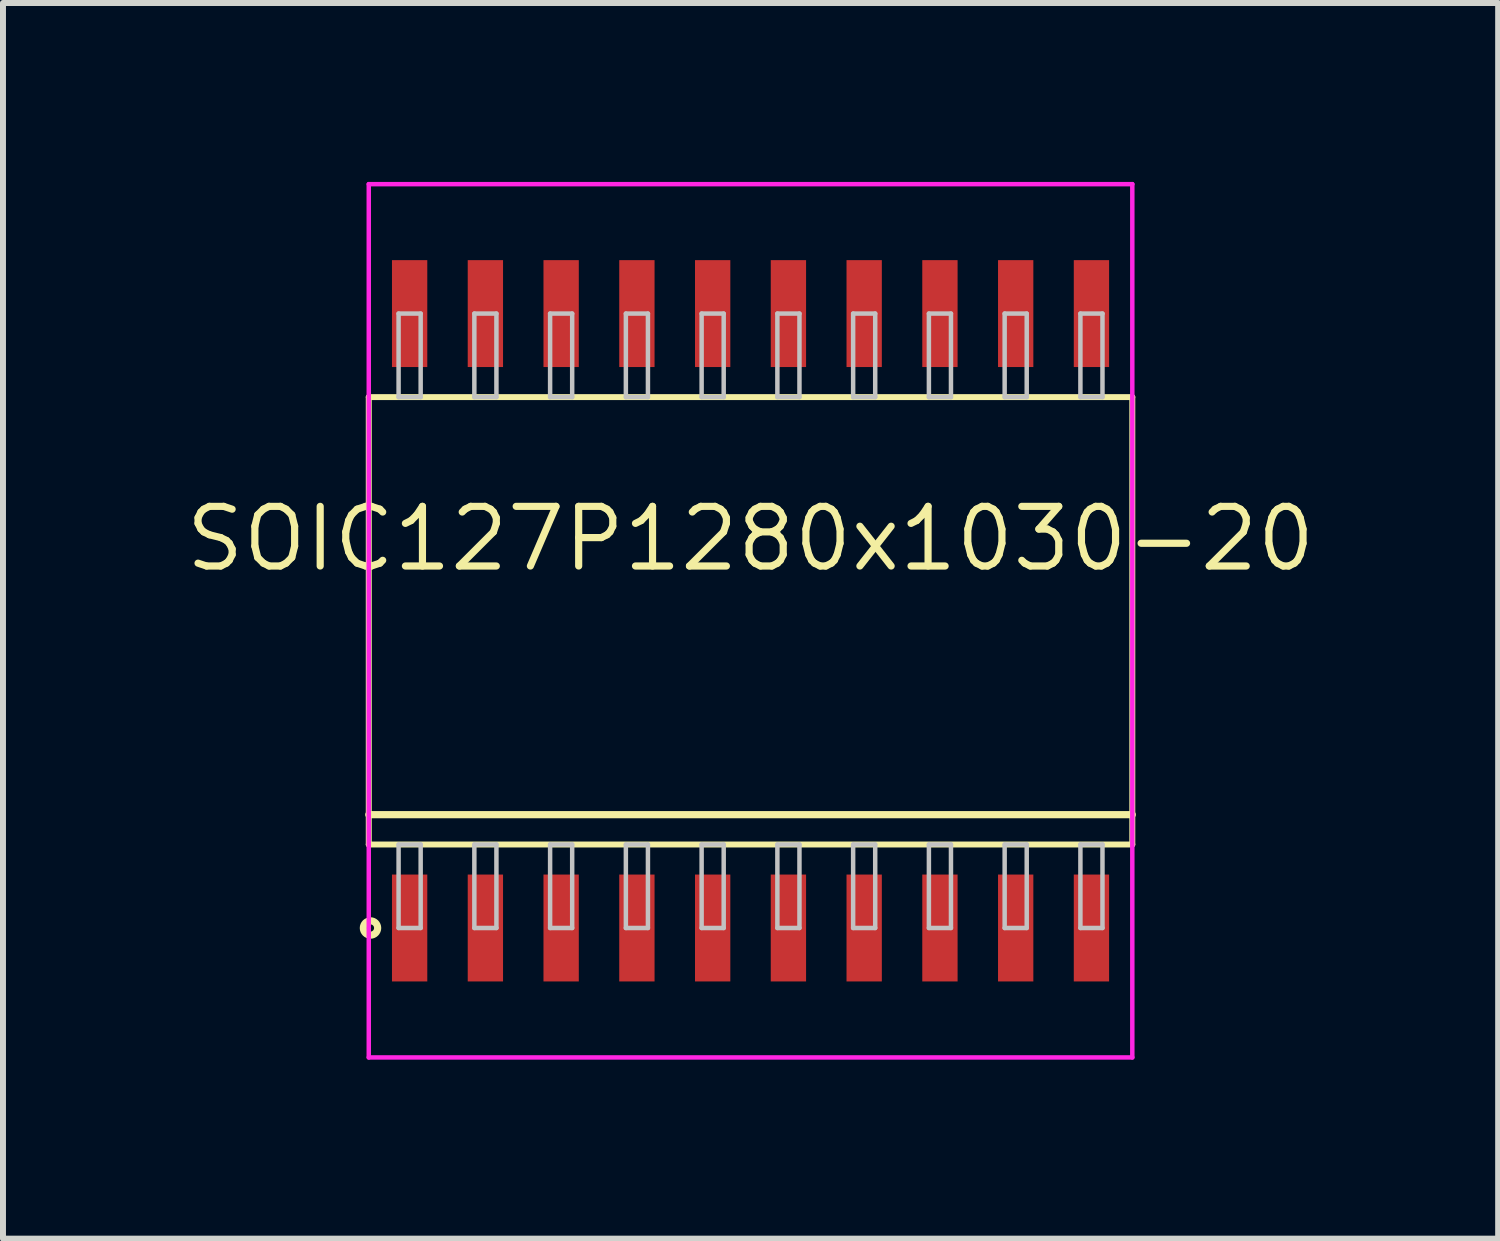
<source format=kicad_pcb>
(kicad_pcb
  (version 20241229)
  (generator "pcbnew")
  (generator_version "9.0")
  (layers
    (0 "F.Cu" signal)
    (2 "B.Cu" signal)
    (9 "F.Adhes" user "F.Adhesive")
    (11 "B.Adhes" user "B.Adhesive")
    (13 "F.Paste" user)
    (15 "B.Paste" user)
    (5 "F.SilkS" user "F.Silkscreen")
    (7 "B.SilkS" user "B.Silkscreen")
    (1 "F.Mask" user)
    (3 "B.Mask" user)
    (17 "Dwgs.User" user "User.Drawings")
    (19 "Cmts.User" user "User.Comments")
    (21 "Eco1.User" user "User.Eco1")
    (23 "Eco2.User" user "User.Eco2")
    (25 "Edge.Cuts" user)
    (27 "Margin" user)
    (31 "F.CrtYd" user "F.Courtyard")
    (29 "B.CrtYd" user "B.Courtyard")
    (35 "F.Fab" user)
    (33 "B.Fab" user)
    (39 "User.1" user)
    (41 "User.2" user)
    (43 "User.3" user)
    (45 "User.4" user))
  (footprint "SOIC127P1280x1030-20"
    (layer "F.Cu")
    (at 9.532 7.357)
    (property "Reference" "SOIC127P1280x1030-20" (at 0 -1.375 0) (layer "F.SilkS") (effects (font (size 1 1) (thickness 0.12))))
    (attr through_hole)
    (fp_line (start -6.4 -3.75) (end -6.4 3.75) (stroke (width 0.1) (type solid)) (layer "F.SilkS"))
    (fp_line (start -6.4 3.25) (end 6.4 3.25) (stroke (width 0.12) (type solid)) (layer "F.SilkS"))
    (fp_line (start -6.4 3.75) (end 6.4 3.75) (stroke (width 0.1) (type solid)) (layer "F.SilkS"))
    (fp_line (start 6.4 -3.75) (end -6.4 -3.75) (stroke (width 0.1) (type solid)) (layer "F.SilkS"))
    (fp_line (start 6.4 3.75) (end 6.4 -3.75) (stroke (width 0.1) (type solid)) (layer "F.SilkS"))
    (fp_circle (center -6.371 5.15) (end -6.251 5.15) (stroke (width 0.12) (type solid)) (fill no) (layer "F.SilkS"))
    (fp_line (start -5.9 -5.15) (end -5.9 -3.75) (stroke (width 0.075) (type solid)) (layer "Dwgs.User"))
    (fp_line (start -5.9 -3.75) (end -5.53 -3.75) (stroke (width 0.075) (type solid)) (layer "Dwgs.User"))
    (fp_line (start -5.9 3.75) (end -5.53 3.75) (stroke (width 0.075) (type solid)) (layer "Dwgs.User"))
    (fp_line (start -5.9 5.15) (end -5.9 3.75) (stroke (width 0.075) (type solid)) (layer "Dwgs.User"))
    (fp_line (start -5.53 -5.15) (end -5.9 -5.15) (stroke (width 0.075) (type solid)) (layer "Dwgs.User"))
    (fp_line (start -5.53 -3.75) (end -5.53 -5.15) (stroke (width 0.075) (type solid)) (layer "Dwgs.User"))
    (fp_line (start -5.53 3.75) (end -5.53 5.15) (stroke (width 0.075) (type solid)) (layer "Dwgs.User"))
    (fp_line (start -5.53 5.15) (end -5.9 5.15) (stroke (width 0.075) (type solid)) (layer "Dwgs.User"))
    (fp_line (start -4.63 -5.15) (end -4.63 -3.75) (stroke (width 0.075) (type solid)) (layer "Dwgs.User"))
    (fp_line (start -4.63 -3.75) (end -4.26 -3.75) (stroke (width 0.075) (type solid)) (layer "Dwgs.User"))
    (fp_line (start -4.63 3.75) (end -4.26 3.75) (stroke (width 0.075) (type solid)) (layer "Dwgs.User"))
    (fp_line (start -4.63 5.15) (end -4.63 3.75) (stroke (width 0.075) (type solid)) (layer "Dwgs.User"))
    (fp_line (start -4.26 -5.15) (end -4.63 -5.15) (stroke (width 0.075) (type solid)) (layer "Dwgs.User"))
    (fp_line (start -4.26 -3.75) (end -4.26 -5.15) (stroke (width 0.075) (type solid)) (layer "Dwgs.User"))
    (fp_line (start -4.26 3.75) (end -4.26 5.15) (stroke (width 0.075) (type solid)) (layer "Dwgs.User"))
    (fp_line (start -4.26 5.15) (end -4.63 5.15) (stroke (width 0.075) (type solid)) (layer "Dwgs.User"))
    (fp_line (start -3.36 -5.15) (end -3.36 -3.75) (stroke (width 0.075) (type solid)) (layer "Dwgs.User"))
    (fp_line (start -3.36 -3.75) (end -2.99 -3.75) (stroke (width 0.075) (type solid)) (layer "Dwgs.User"))
    (fp_line (start -3.36 3.75) (end -2.99 3.75) (stroke (width 0.075) (type solid)) (layer "Dwgs.User"))
    (fp_line (start -3.36 5.15) (end -3.36 3.75) (stroke (width 0.075) (type solid)) (layer "Dwgs.User"))
    (fp_line (start -2.99 -5.15) (end -3.36 -5.15) (stroke (width 0.075) (type solid)) (layer "Dwgs.User"))
    (fp_line (start -2.99 -3.75) (end -2.99 -5.15) (stroke (width 0.075) (type solid)) (layer "Dwgs.User"))
    (fp_line (start -2.99 3.75) (end -2.99 5.15) (stroke (width 0.075) (type solid)) (layer "Dwgs.User"))
    (fp_line (start -2.99 5.15) (end -3.36 5.15) (stroke (width 0.075) (type solid)) (layer "Dwgs.User"))
    (fp_line (start -2.09 -5.15) (end -2.09 -3.75) (stroke (width 0.075) (type solid)) (layer "Dwgs.User"))
    (fp_line (start -2.09 -3.75) (end -1.72 -3.75) (stroke (width 0.075) (type solid)) (layer "Dwgs.User"))
    (fp_line (start -2.09 3.75) (end -1.72 3.75) (stroke (width 0.075) (type solid)) (layer "Dwgs.User"))
    (fp_line (start -2.09 5.15) (end -2.09 3.75) (stroke (width 0.075) (type solid)) (layer "Dwgs.User"))
    (fp_line (start -1.72 -5.15) (end -2.09 -5.15) (stroke (width 0.075) (type solid)) (layer "Dwgs.User"))
    (fp_line (start -1.72 -3.75) (end -1.72 -5.15) (stroke (width 0.075) (type solid)) (layer "Dwgs.User"))
    (fp_line (start -1.72 3.75) (end -1.72 5.15) (stroke (width 0.075) (type solid)) (layer "Dwgs.User"))
    (fp_line (start -1.72 5.15) (end -2.09 5.15) (stroke (width 0.075) (type solid)) (layer "Dwgs.User"))
    (fp_line (start -0.82 -5.15) (end -0.82 -3.75) (stroke (width 0.075) (type solid)) (layer "Dwgs.User"))
    (fp_line (start -0.82 -3.75) (end -0.45 -3.75) (stroke (width 0.075) (type solid)) (layer "Dwgs.User"))
    (fp_line (start -0.82 3.75) (end -0.45 3.75) (stroke (width 0.075) (type solid)) (layer "Dwgs.User"))
    (fp_line (start -0.82 5.15) (end -0.82 3.75) (stroke (width 0.075) (type solid)) (layer "Dwgs.User"))
    (fp_line (start -0.45 -5.15) (end -0.82 -5.15) (stroke (width 0.075) (type solid)) (layer "Dwgs.User"))
    (fp_line (start -0.45 -3.75) (end -0.45 -5.15) (stroke (width 0.075) (type solid)) (layer "Dwgs.User"))
    (fp_line (start -0.45 3.75) (end -0.45 5.15) (stroke (width 0.075) (type solid)) (layer "Dwgs.User"))
    (fp_line (start -0.45 5.15) (end -0.82 5.15) (stroke (width 0.075) (type solid)) (layer "Dwgs.User"))
    (fp_line (start 0.45 -5.15) (end 0.45 -3.75) (stroke (width 0.075) (type solid)) (layer "Dwgs.User"))
    (fp_line (start 0.45 -3.75) (end 0.82 -3.75) (stroke (width 0.075) (type solid)) (layer "Dwgs.User"))
    (fp_line (start 0.45 3.75) (end 0.82 3.75) (stroke (width 0.075) (type solid)) (layer "Dwgs.User"))
    (fp_line (start 0.45 5.15) (end 0.45 3.75) (stroke (width 0.075) (type solid)) (layer "Dwgs.User"))
    (fp_line (start 0.82 -5.15) (end 0.45 -5.15) (stroke (width 0.075) (type solid)) (layer "Dwgs.User"))
    (fp_line (start 0.82 -3.75) (end 0.82 -5.15) (stroke (width 0.075) (type solid)) (layer "Dwgs.User"))
    (fp_line (start 0.82 3.75) (end 0.82 5.15) (stroke (width 0.075) (type solid)) (layer "Dwgs.User"))
    (fp_line (start 0.82 5.15) (end 0.45 5.15) (stroke (width 0.075) (type solid)) (layer "Dwgs.User"))
    (fp_line (start 1.72 -5.15) (end 1.72 -3.75) (stroke (width 0.075) (type solid)) (layer "Dwgs.User"))
    (fp_line (start 1.72 -3.75) (end 2.09 -3.75) (stroke (width 0.075) (type solid)) (layer "Dwgs.User"))
    (fp_line (start 1.72 3.75) (end 2.09 3.75) (stroke (width 0.075) (type solid)) (layer "Dwgs.User"))
    (fp_line (start 1.72 5.15) (end 1.72 3.75) (stroke (width 0.075) (type solid)) (layer "Dwgs.User"))
    (fp_line (start 2.09 -5.15) (end 1.72 -5.15) (stroke (width 0.075) (type solid)) (layer "Dwgs.User"))
    (fp_line (start 2.09 -3.75) (end 2.09 -5.15) (stroke (width 0.075) (type solid)) (layer "Dwgs.User"))
    (fp_line (start 2.09 3.75) (end 2.09 5.15) (stroke (width 0.075) (type solid)) (layer "Dwgs.User"))
    (fp_line (start 2.09 5.15) (end 1.72 5.15) (stroke (width 0.075) (type solid)) (layer "Dwgs.User"))
    (fp_line (start 2.99 -5.15) (end 2.99 -3.75) (stroke (width 0.075) (type solid)) (layer "Dwgs.User"))
    (fp_line (start 2.99 -3.75) (end 3.36 -3.75) (stroke (width 0.075) (type solid)) (layer "Dwgs.User"))
    (fp_line (start 2.99 3.75) (end 3.36 3.75) (stroke (width 0.075) (type solid)) (layer "Dwgs.User"))
    (fp_line (start 2.99 5.15) (end 2.99 3.75) (stroke (width 0.075) (type solid)) (layer "Dwgs.User"))
    (fp_line (start 3.36 -5.15) (end 2.99 -5.15) (stroke (width 0.075) (type solid)) (layer "Dwgs.User"))
    (fp_line (start 3.36 -3.75) (end 3.36 -5.15) (stroke (width 0.075) (type solid)) (layer "Dwgs.User"))
    (fp_line (start 3.36 3.75) (end 3.36 5.15) (stroke (width 0.075) (type solid)) (layer "Dwgs.User"))
    (fp_line (start 3.36 5.15) (end 2.99 5.15) (stroke (width 0.075) (type solid)) (layer "Dwgs.User"))
    (fp_line (start 4.26 -5.15) (end 4.26 -3.75) (stroke (width 0.075) (type solid)) (layer "Dwgs.User"))
    (fp_line (start 4.26 -3.75) (end 4.63 -3.75) (stroke (width 0.075) (type solid)) (layer "Dwgs.User"))
    (fp_line (start 4.26 3.75) (end 4.63 3.75) (stroke (width 0.075) (type solid)) (layer "Dwgs.User"))
    (fp_line (start 4.26 5.15) (end 4.26 3.75) (stroke (width 0.075) (type solid)) (layer "Dwgs.User"))
    (fp_line (start 4.63 -5.15) (end 4.26 -5.15) (stroke (width 0.075) (type solid)) (layer "Dwgs.User"))
    (fp_line (start 4.63 -3.75) (end 4.63 -5.15) (stroke (width 0.075) (type solid)) (layer "Dwgs.User"))
    (fp_line (start 4.63 3.75) (end 4.63 5.15) (stroke (width 0.075) (type solid)) (layer "Dwgs.User"))
    (fp_line (start 4.63 5.15) (end 4.26 5.15) (stroke (width 0.075) (type solid)) (layer "Dwgs.User"))
    (fp_line (start 5.53 -5.15) (end 5.53 -3.75) (stroke (width 0.075) (type solid)) (layer "Dwgs.User"))
    (fp_line (start 5.53 -3.75) (end 5.9 -3.75) (stroke (width 0.075) (type solid)) (layer "Dwgs.User"))
    (fp_line (start 5.53 3.75) (end 5.9 3.75) (stroke (width 0.075) (type solid)) (layer "Dwgs.User"))
    (fp_line (start 5.53 5.15) (end 5.53 3.75) (stroke (width 0.075) (type solid)) (layer "Dwgs.User"))
    (fp_line (start 5.9 -5.15) (end 5.53 -5.15) (stroke (width 0.075) (type solid)) (layer "Dwgs.User"))
    (fp_line (start 5.9 -3.75) (end 5.9 -5.15) (stroke (width 0.075) (type solid)) (layer "Dwgs.User"))
    (fp_line (start 5.9 3.75) (end 5.9 5.15) (stroke (width 0.075) (type solid)) (layer "Dwgs.User"))
    (fp_line (start 5.9 5.15) (end 5.53 5.15) (stroke (width 0.075) (type solid)) (layer "Dwgs.User"))
    (fp_line (start -0.75 0) (end 0.75 0) (stroke (width 0.12) (type solid)) (layer "Eco1.User"))
    (fp_line (start 0 -0.75) (end 0 0.75) (stroke (width 0.12) (type solid)) (layer "Eco1.User"))
    (fp_circle (center 0 0) (end 0.5 0) (stroke (width 0.12) (type solid)) (fill no) (layer "Eco1.User"))
    (fp_line (start -6.4 -7.32) (end -6.4 7.32) (stroke (width 0.075) (type solid)) (layer "F.CrtYd"))
    (fp_line (start -6.4 7.32) (end 6.4 7.32) (stroke (width 0.075) (type solid)) (layer "F.CrtYd"))
    (fp_line (start 6.4 -7.32) (end -6.4 -7.32) (stroke (width 0.075) (type solid)) (layer "F.CrtYd"))
    (fp_line (start 6.4 7.32) (end 6.4 -7.32) (stroke (width 0.075) (type solid)) (layer "F.CrtYd"))
    (pad "1" smd rect (at -5.715 5.15) (size 0.592 1.792) (layers "F.Cu" "F.Mask" "F.Paste"))
    (pad "2" smd rect (at -4.445 5.15) (size 0.592 1.792) (layers "F.Cu" "F.Mask" "F.Paste"))
    (pad "3" smd rect (at -3.175 5.15) (size 0.592 1.792) (layers "F.Cu" "F.Mask" "F.Paste"))
    (pad "4" smd rect (at -1.905 5.15) (size 0.592 1.792) (layers "F.Cu" "F.Mask" "F.Paste"))
    (pad "5" smd rect (at -0.635 5.15) (size 0.592 1.792) (layers "F.Cu" "F.Mask" "F.Paste"))
    (pad "6" smd rect (at 0.635 5.15) (size 0.592 1.792) (layers "F.Cu" "F.Mask" "F.Paste"))
    (pad "7" smd rect (at 1.905 5.15) (size 0.592 1.792) (layers "F.Cu" "F.Mask" "F.Paste"))
    (pad "8" smd rect (at 3.175 5.15) (size 0.592 1.792) (layers "F.Cu" "F.Mask" "F.Paste"))
    (pad "9" smd rect (at 4.445 5.15) (size 0.592 1.792) (layers "F.Cu" "F.Mask" "F.Paste"))
    (pad "10" smd rect (at 5.715 5.15) (size 0.592 1.792) (layers "F.Cu" "F.Mask" "F.Paste"))
    (pad "11" smd rect (at 5.715 -5.15) (size 0.592 1.792) (layers "F.Cu" "F.Mask" "F.Paste"))
    (pad "12" smd rect (at 4.445 -5.15) (size 0.592 1.792) (layers "F.Cu" "F.Mask" "F.Paste"))
    (pad "13" smd rect (at 3.175 -5.15) (size 0.592 1.792) (layers "F.Cu" "F.Mask" "F.Paste"))
    (pad "14" smd rect (at 1.905 -5.15) (size 0.592 1.792) (layers "F.Cu" "F.Mask" "F.Paste"))
    (pad "15" smd rect (at 0.635 -5.15) (size 0.592 1.792) (layers "F.Cu" "F.Mask" "F.Paste"))
    (pad "16" smd rect (at -0.635 -5.15) (size 0.592 1.792) (layers "F.Cu" "F.Mask" "F.Paste"))
    (pad "17" smd rect (at -1.905 -5.15) (size 0.592 1.792) (layers "F.Cu" "F.Mask" "F.Paste"))
    (pad "18" smd rect (at -3.175 -5.15) (size 0.592 1.792) (layers "F.Cu" "F.Mask" "F.Paste"))
    (pad "19" smd rect (at -4.445 -5.15) (size 0.592 1.792) (layers "F.Cu" "F.Mask" "F.Paste"))
    (pad "20" smd rect (at -5.715 -5.15) (size 0.592 1.792) (layers "F.Cu" "F.Mask" "F.Paste")))
  (gr_rect
    (start -3 -3)
    (end 22.065 17.715)
    (stroke (width 0.1) (type default))
    (fill no)
    (layer "Edge.Cuts")))
</source>
